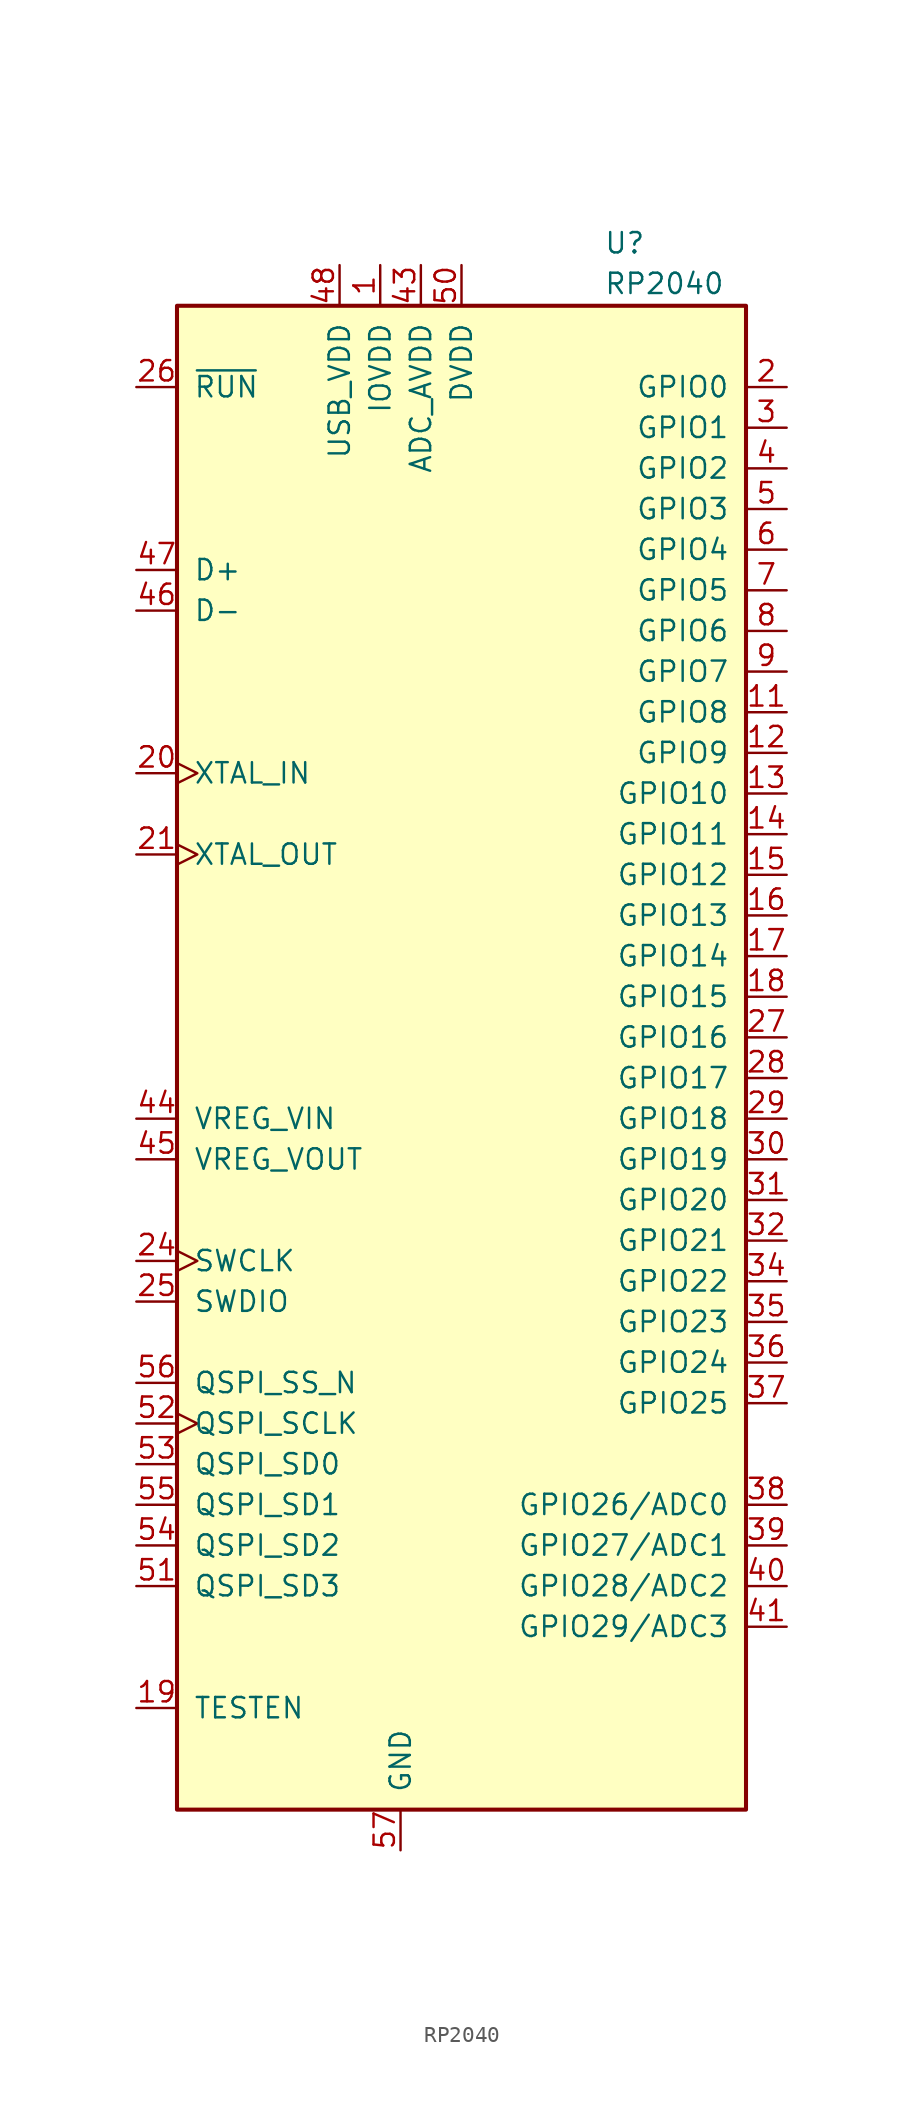
<source format=kicad_sym>
(kicad_symbol_lib
  (version 20211014)
  (generator kicad_symbol_editor)
  (symbol "Sleep-lib:RP2040"
    (pin_names
      (offset 1.016))
    (property "Reference" "U"
      (at 8.89 51.435 0)
      (effects (font (size 1.27 1.27)) (justify left bottom)))
    (property "Value" "RP2040"
      (at 8.89 48.895 0)
      (effects (font (size 1.27 1.27)) (justify left bottom)))
    (symbol "RP2040_0_0"
      (rectangle (start -17.78 -45.72) (end 17.78 48.26) (stroke (width 0.254) (type default) (color 0 0 0 0)) (fill (type background))))
    (symbol "RP2040_1_1"
      (pin power_in line (at -5.08 50.8 270) (length 2.54) (name "IOVDD" (effects (font (size 1.27 1.27)))) (number "1" (effects (font (size 1.27 1.27)))))
      (pin power_in line (at -5.08 50.8 270) (length 2.54) hide (name "IOVDD" (effects (font (size 1.27 1.27)))) (number "10" (effects (font (size 1.27 1.27)))))
      (pin input line (at 20.32 22.86 180) (length 2.54) (name "GPIO8" (effects (font (size 1.27 1.27)))) (number "11" (effects (font (size 1.27 1.27)))))
      (pin input line (at 20.32 20.32 180) (length 2.54) (name "GPIO9" (effects (font (size 1.27 1.27)))) (number "12" (effects (font (size 1.27 1.27)))))
      (pin input line (at 20.32 17.78 180) (length 2.54) (name "GPIO10" (effects (font (size 1.27 1.27)))) (number "13" (effects (font (size 1.27 1.27)))))
      (pin input line (at 20.32 15.24 180) (length 2.54) (name "GPIO11" (effects (font (size 1.27 1.27)))) (number "14" (effects (font (size 1.27 1.27)))))
      (pin input line (at 20.32 12.7 180) (length 2.54) (name "GPIO12" (effects (font (size 1.27 1.27)))) (number "15" (effects (font (size 1.27 1.27)))))
      (pin input line (at 20.32 10.16 180) (length 2.54) (name "GPIO13" (effects (font (size 1.27 1.27)))) (number "16" (effects (font (size 1.27 1.27)))))
      (pin input line (at 20.32 7.62 180) (length 2.54) (name "GPIO14" (effects (font (size 1.27 1.27)))) (number "17" (effects (font (size 1.27 1.27)))))
      (pin input line (at 20.32 5.08 180) (length 2.54) (name "GPIO15" (effects (font (size 1.27 1.27)))) (number "18" (effects (font (size 1.27 1.27)))))
      (pin input line (at -20.32 -39.37 0) (length 2.54) (name "TESTEN" (effects (font (size 1.27 1.27)))) (number "19" (effects (font (size 1.27 1.27)))))
      (pin input line (at 20.32 43.18 180) (length 2.54) (name "GPIO0" (effects (font (size 1.27 1.27)))) (number "2" (effects (font (size 1.27 1.27)))))
      (pin input clock (at -20.32 19.05 0) (length 2.54) (name "XTAL_IN" (effects (font (size 1.27 1.27)))) (number "20" (effects (font (size 1.27 1.27)))))
      (pin input clock (at -20.32 13.97 0) (length 2.54) (name "XTAL_OUT" (effects (font (size 1.27 1.27)))) (number "21" (effects (font (size 1.27 1.27)))))
      (pin power_in line (at -5.08 50.8 270) (length 2.54) hide (name "IOVDD" (effects (font (size 1.27 1.27)))) (number "22" (effects (font (size 1.27 1.27)))))
      (pin power_in line (at 0 50.8 270) (length 2.54) hide (name "DVDD" (effects (font (size 1.27 1.27)))) (number "23" (effects (font (size 1.27 1.27)))))
      (pin input clock (at -20.32 -11.43 0) (length 2.54) (name "SWCLK" (effects (font (size 1.27 1.27)))) (number "24" (effects (font (size 1.27 1.27)))))
      (pin bidirectional line (at -20.32 -13.97 0) (length 2.54) (name "SWDIO" (effects (font (size 1.27 1.27)))) (number "25" (effects (font (size 1.27 1.27)))))
      (pin input line (at -20.32 43.18 0) (length 2.54) (name "~{RUN}" (effects (font (size 1.27 1.27)))) (number "26" (effects (font (size 1.27 1.27)))))
      (pin input line (at 20.32 2.54 180) (length 2.54) (name "GPIO16" (effects (font (size 1.27 1.27)))) (number "27" (effects (font (size 1.27 1.27)))))
      (pin input line (at 20.32 0 180) (length 2.54) (name "GPIO17" (effects (font (size 1.27 1.27)))) (number "28" (effects (font (size 1.27 1.27)))))
      (pin input line (at 20.32 -2.54 180) (length 2.54) (name "GPIO18" (effects (font (size 1.27 1.27)))) (number "29" (effects (font (size 1.27 1.27)))))
      (pin input line (at 20.32 40.64 180) (length 2.54) (name "GPIO1" (effects (font (size 1.27 1.27)))) (number "3" (effects (font (size 1.27 1.27)))))
      (pin input line (at 20.32 -5.08 180) (length 2.54) (name "GPIO19" (effects (font (size 1.27 1.27)))) (number "30" (effects (font (size 1.27 1.27)))))
      (pin input line (at 20.32 -7.62 180) (length 2.54) (name "GPIO20" (effects (font (size 1.27 1.27)))) (number "31" (effects (font (size 1.27 1.27)))))
      (pin input line (at 20.32 -10.16 180) (length 2.54) (name "GPIO21" (effects (font (size 1.27 1.27)))) (number "32" (effects (font (size 1.27 1.27)))))
      (pin power_in line (at -5.08 50.8 270) (length 2.54) hide (name "IOVDD" (effects (font (size 1.27 1.27)))) (number "33" (effects (font (size 1.27 1.27)))))
      (pin input line (at 20.32 -12.7 180) (length 2.54) (name "GPIO22" (effects (font (size 1.27 1.27)))) (number "34" (effects (font (size 1.27 1.27)))))
      (pin input line (at 20.32 -15.24 180) (length 2.54) (name "GPIO23" (effects (font (size 1.27 1.27)))) (number "35" (effects (font (size 1.27 1.27)))))
      (pin input line (at 20.32 -17.78 180) (length 2.54) (name "GPIO24" (effects (font (size 1.27 1.27)))) (number "36" (effects (font (size 1.27 1.27)))))
      (pin input line (at 20.32 -20.32 180) (length 2.54) (name "GPIO25" (effects (font (size 1.27 1.27)))) (number "37" (effects (font (size 1.27 1.27)))))
      (pin input line (at 20.32 -26.67 180) (length 2.54) (name "GPIO26/ADC0" (effects (font (size 1.27 1.27)))) (number "38" (effects (font (size 1.27 1.27)))))
      (pin input line (at 20.32 -29.21 180) (length 2.54) (name "GPIO27/ADC1" (effects (font (size 1.27 1.27)))) (number "39" (effects (font (size 1.27 1.27)))))
      (pin input line (at 20.32 38.1 180) (length 2.54) (name "GPIO2" (effects (font (size 1.27 1.27)))) (number "4" (effects (font (size 1.27 1.27)))))
      (pin input line (at 20.32 -31.75 180) (length 2.54) (name "GPIO28/ADC2" (effects (font (size 1.27 1.27)))) (number "40" (effects (font (size 1.27 1.27)))))
      (pin input line (at 20.32 -34.29 180) (length 2.54) (name "GPIO29/ADC3" (effects (font (size 1.27 1.27)))) (number "41" (effects (font (size 1.27 1.27)))))
      (pin power_in line (at -5.08 50.8 270) (length 2.54) hide (name "IOVDD" (effects (font (size 1.27 1.27)))) (number "42" (effects (font (size 1.27 1.27)))))
      (pin power_in line (at -2.54 50.8 270) (length 2.54) (name "ADC_AVDD" (effects (font (size 1.27 1.27)))) (number "43" (effects (font (size 1.27 1.27)))))
      (pin power_in line (at -20.32 -2.54 0) (length 2.54) (name "VREG_VIN" (effects (font (size 1.27 1.27)))) (number "44" (effects (font (size 1.27 1.27)))))
      (pin power_out line (at -20.32 -5.08 0) (length 2.54) (name "VREG_VOUT" (effects (font (size 1.27 1.27)))) (number "45" (effects (font (size 1.27 1.27)))))
      (pin bidirectional line (at -20.32 29.21 0) (length 2.54) (name "D-" (effects (font (size 1.27 1.27)))) (number "46" (effects (font (size 1.27 1.27)))))
      (pin bidirectional line (at -20.32 31.75 0) (length 2.54) (name "D+" (effects (font (size 1.27 1.27)))) (number "47" (effects (font (size 1.27 1.27)))))
      (pin power_in line (at -7.62 50.8 270) (length 2.54) (name "USB_VDD" (effects (font (size 1.27 1.27)))) (number "48" (effects (font (size 1.27 1.27)))))
      (pin power_in line (at -5.08 50.8 270) (length 2.54) hide (name "IOVDD" (effects (font (size 1.27 1.27)))) (number "49" (effects (font (size 1.27 1.27)))))
      (pin input line (at 20.32 35.56 180) (length 2.54) (name "GPIO3" (effects (font (size 1.27 1.27)))) (number "5" (effects (font (size 1.27 1.27)))))
      (pin power_in line (at 0 50.8 270) (length 2.54) (name "DVDD" (effects (font (size 1.27 1.27)))) (number "50" (effects (font (size 1.27 1.27)))))
      (pin bidirectional line (at -20.32 -31.75 0) (length 2.54) (name "QSPI_SD3" (effects (font (size 1.27 1.27)))) (number "51" (effects (font (size 1.27 1.27)))))
      (pin input clock (at -20.32 -21.59 0) (length 2.54) (name "QSPI_SCLK" (effects (font (size 1.27 1.27)))) (number "52" (effects (font (size 1.27 1.27)))))
      (pin bidirectional line (at -20.32 -24.13 0) (length 2.54) (name "QSPI_SD0" (effects (font (size 1.27 1.27)))) (number "53" (effects (font (size 1.27 1.27)))))
      (pin bidirectional line (at -20.32 -29.21 0) (length 2.54) (name "QSPI_SD2" (effects (font (size 1.27 1.27)))) (number "54" (effects (font (size 1.27 1.27)))))
      (pin bidirectional line (at -20.32 -26.67 0) (length 2.54) (name "QSPI_SD1" (effects (font (size 1.27 1.27)))) (number "55" (effects (font (size 1.27 1.27)))))
      (pin bidirectional line (at -20.32 -19.05 0) (length 2.54) (name "QSPI_SS_N" (effects (font (size 1.27 1.27)))) (number "56" (effects (font (size 1.27 1.27)))))
      (pin power_in line (at -3.81 -48.26 90) (length 2.54) (name "GND" (effects (font (size 1.27 1.27)))) (number "57" (effects (font (size 1.27 1.27)))))
      (pin input line (at 20.32 33.02 180) (length 2.54) (name "GPIO4" (effects (font (size 1.27 1.27)))) (number "6" (effects (font (size 1.27 1.27)))))
      (pin input line (at 20.32 30.48 180) (length 2.54) (name "GPIO5" (effects (font (size 1.27 1.27)))) (number "7" (effects (font (size 1.27 1.27)))))
      (pin input line (at 20.32 27.94 180) (length 2.54) (name "GPIO6" (effects (font (size 1.27 1.27)))) (number "8" (effects (font (size 1.27 1.27)))))
      (pin input line (at 20.32 25.4 180) (length 2.54) (name "GPIO7" (effects (font (size 1.27 1.27)))) (number "9" (effects (font (size 1.27 1.27))))))))
</source>
